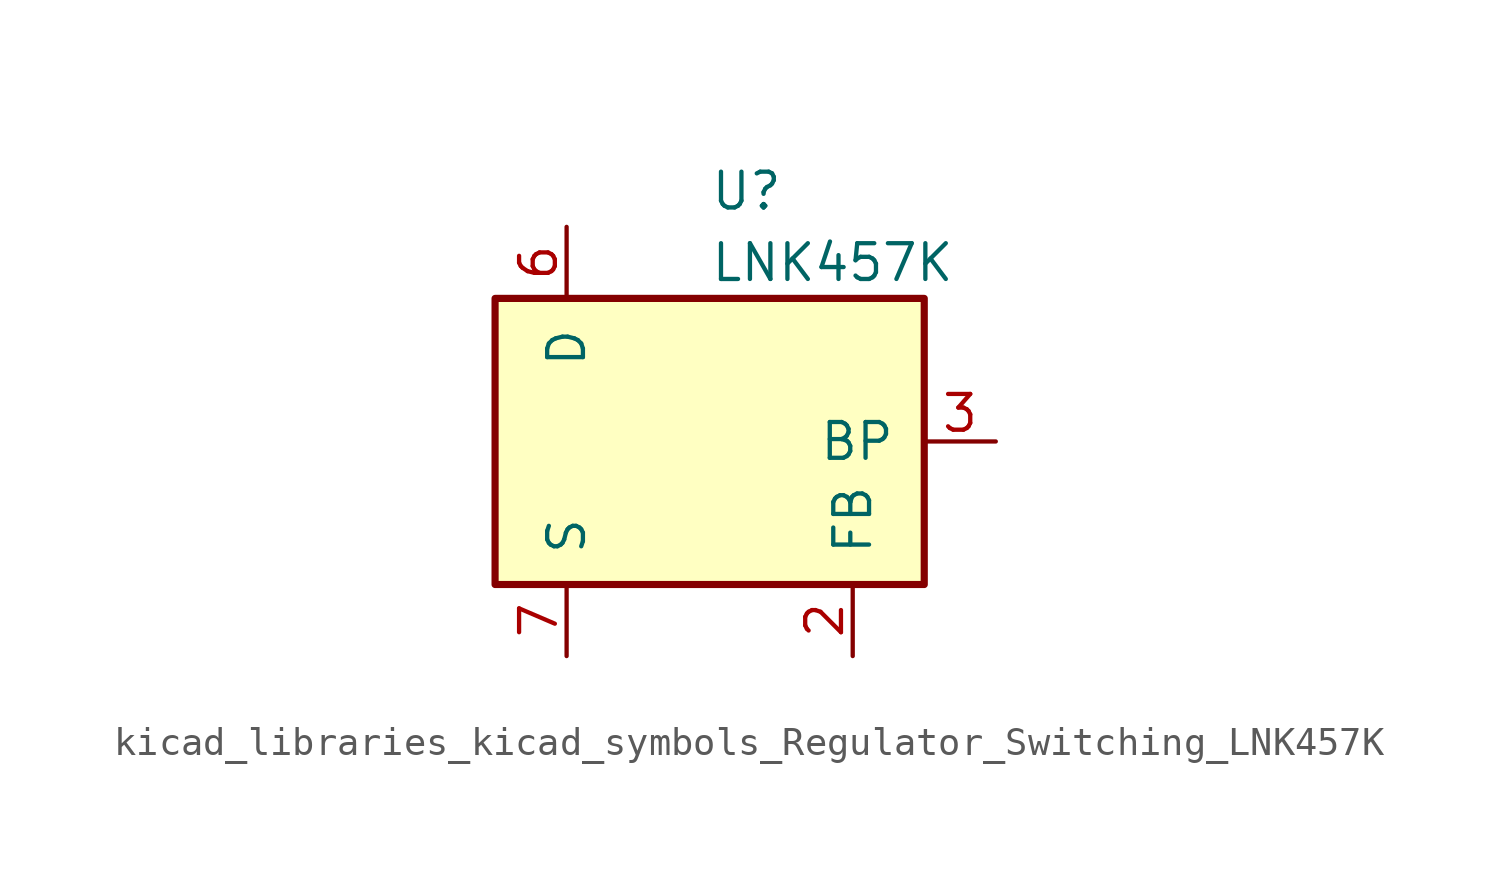
<source format=kicad_sym>
(kicad_symbol_lib
  (version 20220914)
  (generator kicad_symbol_editor)
  (symbol "kicad_libraries_kicad_symbols_Regulator_Switching_LNK457K"
    (pin_names
      (offset 1.016))
    (property "Reference" "U"
      (at 0 8.89 0)
      (effects (font (size 1.27 1.27)) (justify left)))
    (property "Value" "LNK457K"
      (at 0 6.35 0)
      (effects (font (size 1.27 1.27)) (justify left)))
    (symbol "kicad_libraries_kicad_symbols_Regulator_Switching_LNK457K_0_1"
      (rectangle (start -7.62 5.08) (end 7.62 -5.08) (stroke (width 0.254) (type default)) (fill (type background))))
    (symbol "kicad_libraries_kicad_symbols_Regulator_Switching_LNK457K_1_1"
      (pin no_connect line (at -2.54 5.08 270) (length 2.54) hide (name "NC" (effects (font (size 1.27 1.27)))) (number "1" (effects (font (size 1.27 1.27)))))
      (pin passive line (at -5.08 -7.62 90) (length 2.54) hide (name "S" (effects (font (size 1.27 1.27)))) (number "10" (effects (font (size 1.27 1.27)))))
      (pin passive line (at -5.08 -7.62 90) (length 2.54) hide (name "S" (effects (font (size 1.27 1.27)))) (number "11" (effects (font (size 1.27 1.27)))))
      (pin passive line (at -5.08 -7.62 90) (length 2.54) hide (name "S" (effects (font (size 1.27 1.27)))) (number "12" (effects (font (size 1.27 1.27)))))
      (pin passive line (at -5.08 -7.62 90) (length 2.54) hide (name "S" (effects (font (size 1.27 1.27)))) (number "13" (effects (font (size 1.27 1.27)))))
      (pin input line (at 5.08 -7.62 90) (length 2.54) (name "FB" (effects (font (size 1.27 1.27)))) (number "2" (effects (font (size 1.27 1.27)))))
      (pin input line (at 10.16 0 180) (length 2.54) (name "BP" (effects (font (size 1.27 1.27)))) (number "3" (effects (font (size 1.27 1.27)))))
      (pin no_connect line (at 0 5.08 270) (length 2.54) hide (name "NC" (effects (font (size 1.27 1.27)))) (number "4" (effects (font (size 1.27 1.27)))))
      (pin open_collector line (at -5.08 7.62 270) (length 2.54) (name "D" (effects (font (size 1.27 1.27)))) (number "6" (effects (font (size 1.27 1.27)))))
      (pin power_in line (at -5.08 -7.62 90) (length 2.54) (name "S" (effects (font (size 1.27 1.27)))) (number "7" (effects (font (size 1.27 1.27)))))
      (pin passive line (at -5.08 -7.62 90) (length 2.54) hide (name "S" (effects (font (size 1.27 1.27)))) (number "8" (effects (font (size 1.27 1.27)))))
      (pin passive line (at -5.08 -7.62 90) (length 2.54) hide (name "S" (effects (font (size 1.27 1.27)))) (number "9" (effects (font (size 1.27 1.27))))))))
</source>
